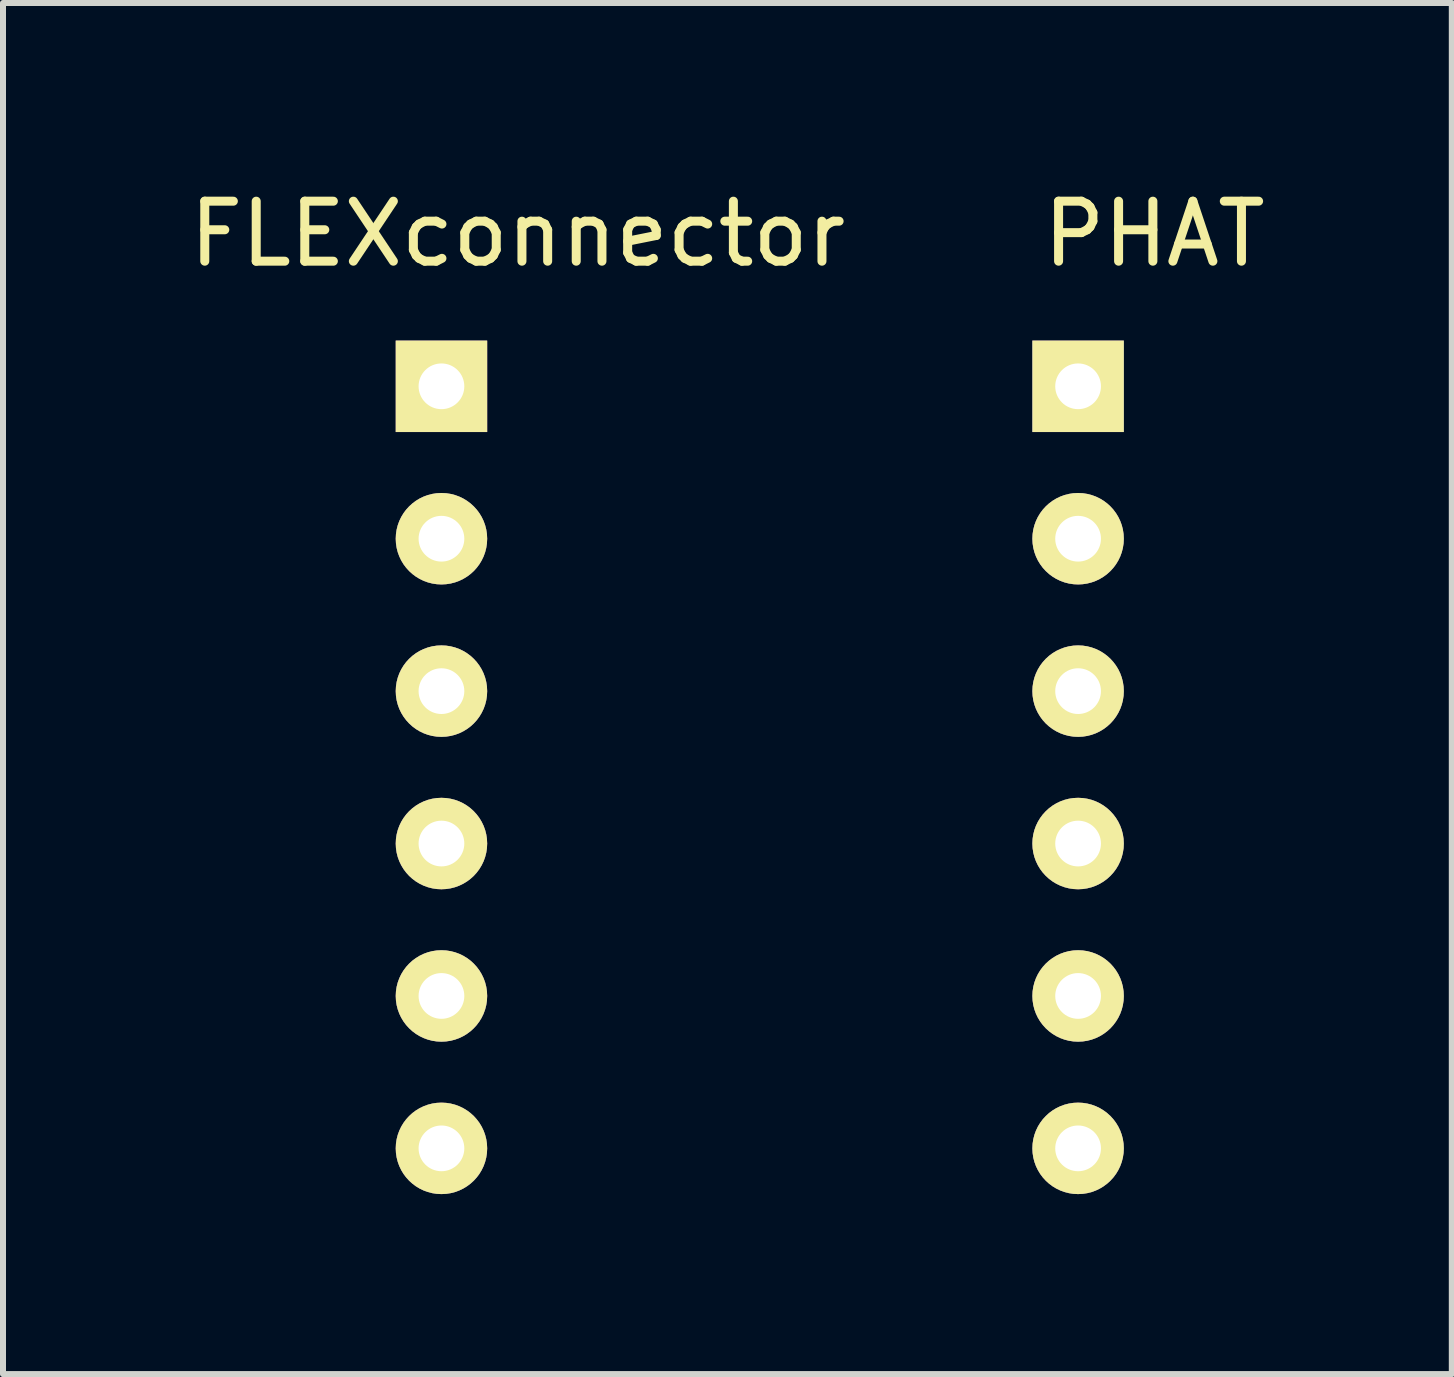
<source format=kicad_pcb>
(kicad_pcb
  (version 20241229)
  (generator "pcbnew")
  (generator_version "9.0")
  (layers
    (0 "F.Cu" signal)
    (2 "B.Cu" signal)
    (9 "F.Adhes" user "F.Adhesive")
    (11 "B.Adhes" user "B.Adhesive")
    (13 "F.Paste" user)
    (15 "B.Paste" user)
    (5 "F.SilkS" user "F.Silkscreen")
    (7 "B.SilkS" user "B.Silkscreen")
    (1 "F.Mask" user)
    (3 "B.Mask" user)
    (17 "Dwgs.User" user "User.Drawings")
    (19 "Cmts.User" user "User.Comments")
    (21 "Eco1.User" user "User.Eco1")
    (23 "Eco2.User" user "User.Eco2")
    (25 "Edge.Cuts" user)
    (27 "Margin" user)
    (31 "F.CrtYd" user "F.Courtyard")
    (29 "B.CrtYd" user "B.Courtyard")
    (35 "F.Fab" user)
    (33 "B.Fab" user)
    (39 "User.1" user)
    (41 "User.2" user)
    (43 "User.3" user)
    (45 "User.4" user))
  (footprint "FLEXconnector"
    (layer "F.Cu")
    (at 5.577 3.388)
    (property "Reference" "FLEXconnector" (at 0 -2.54 0) (layer "F.SilkS") (effects (font (size 1 1) (thickness 0.15))))
    (attr through_hole)
    (pad "1" thru_hole rect (at -1.27 0) (size 1.524 1.524) (drill 0.762) (layers "*.Cu" "*.Mask" "F.SilkS"))
    (pad "2" thru_hole circle (at -1.27 2.54) (size 1.524 1.524) (drill 0.762) (layers "*.Cu" "*.Mask" "F.SilkS"))
    (pad "3" thru_hole circle (at -1.27 5.08) (size 1.524 1.524) (drill 0.762) (layers "*.Cu" "*.Mask" "F.SilkS"))
    (pad "4" thru_hole circle (at -1.27 7.62) (size 1.524 1.524) (drill 0.762) (layers "*.Cu" "*.Mask" "F.SilkS"))
    (pad "5" thru_hole circle (at -1.27 10.16) (size 1.524 1.524) (drill 0.762) (layers "*.Cu" "*.Mask" "F.SilkS"))
    (pad "6" thru_hole circle (at -1.27 12.7) (size 1.524 1.524) (drill 0.762) (layers "*.Cu" "*.Mask" "F.SilkS")))
  (footprint "PHAT"
    (layer "F.Cu")
    (at 16.187 3.388)
    (property "Reference" "PHAT" (at 0 -2.54 0) (layer "F.SilkS") (effects (font (size 1 1) (thickness 0.15))))
    (attr through_hole)
    (pad "1" thru_hole rect (at -1.27 0) (size 1.524 1.524) (drill 0.762) (layers "*.Cu" "*.Mask" "F.SilkS"))
    (pad "2" thru_hole circle (at -1.27 2.54) (size 1.524 1.524) (drill 0.762) (layers "*.Cu" "*.Mask" "F.SilkS"))
    (pad "3" thru_hole circle (at -1.27 5.08) (size 1.524 1.524) (drill 0.762) (layers "*.Cu" "*.Mask" "F.SilkS"))
    (pad "4" thru_hole circle (at -1.27 7.62) (size 1.524 1.524) (drill 0.762) (layers "*.Cu" "*.Mask" "F.SilkS"))
    (pad "5" thru_hole circle (at -1.27 10.16) (size 1.524 1.524) (drill 0.762) (layers "*.Cu" "*.Mask" "F.SilkS"))
    (pad "6" thru_hole circle (at -1.27 12.7) (size 1.524 1.524) (drill 0.762) (layers "*.Cu" "*.Mask" "F.SilkS")))
  (gr_rect
    (start -3 -3)
    (end 21.145 19.85)
    (stroke (width 0.1) (type default))
    (fill no)
    (layer "Edge.Cuts")))
</source>
